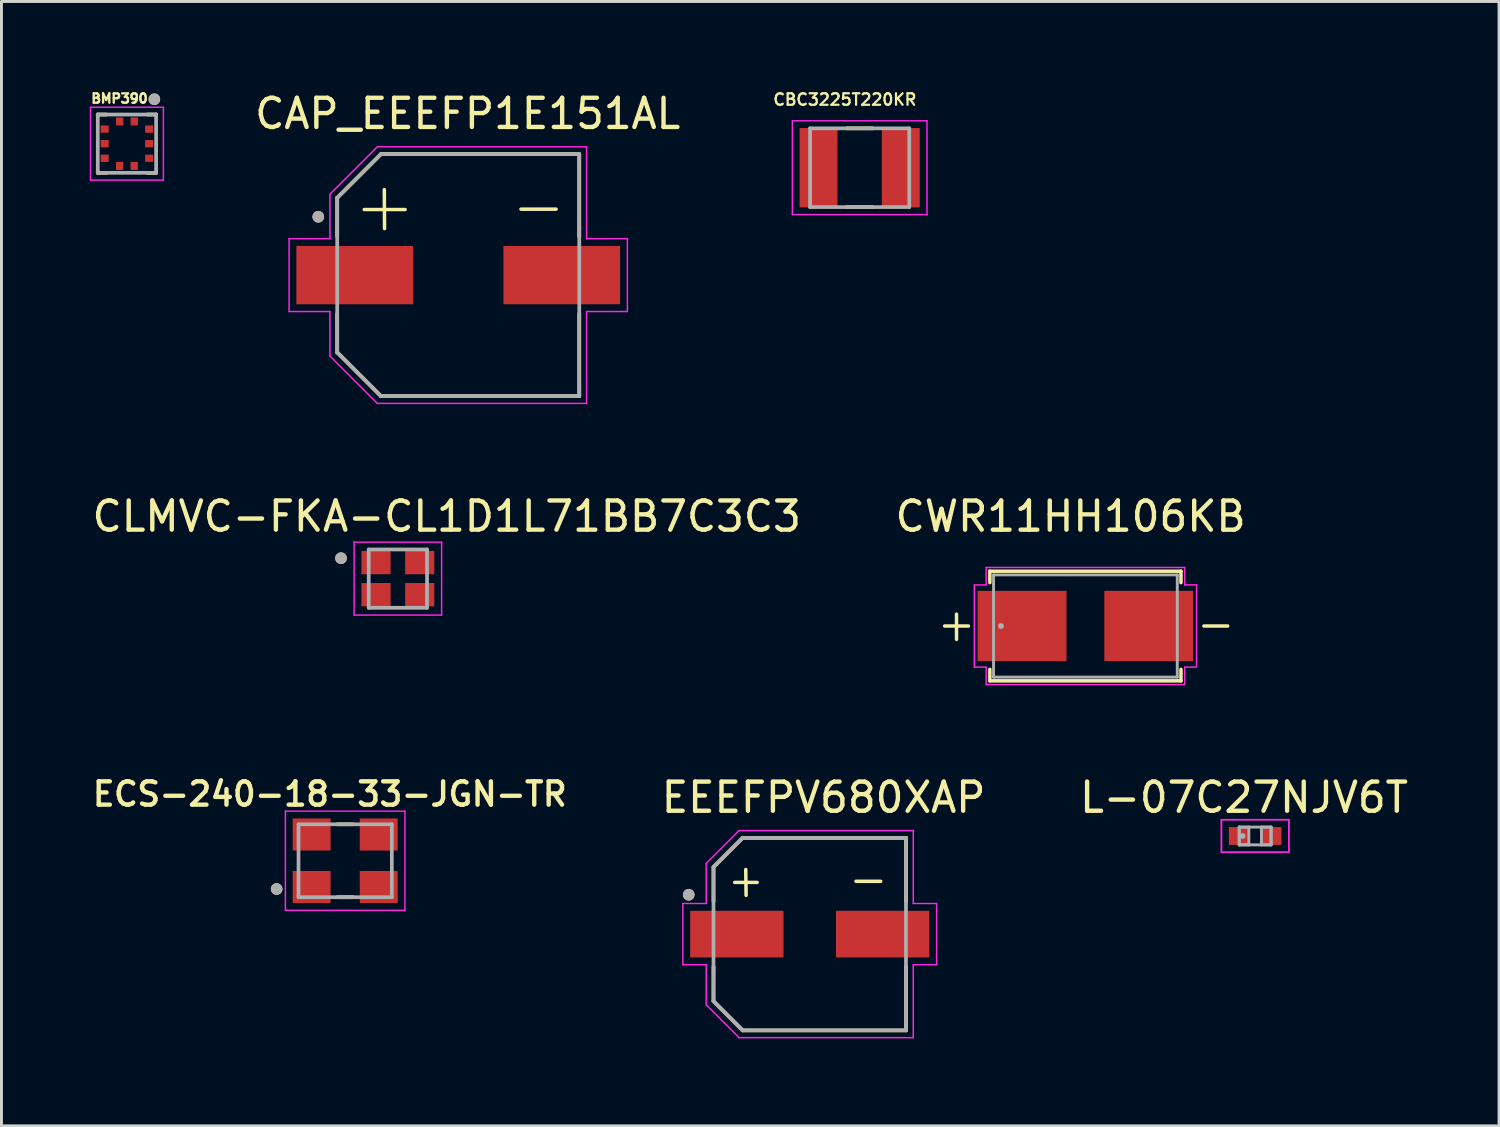
<source format=kicad_pcb>
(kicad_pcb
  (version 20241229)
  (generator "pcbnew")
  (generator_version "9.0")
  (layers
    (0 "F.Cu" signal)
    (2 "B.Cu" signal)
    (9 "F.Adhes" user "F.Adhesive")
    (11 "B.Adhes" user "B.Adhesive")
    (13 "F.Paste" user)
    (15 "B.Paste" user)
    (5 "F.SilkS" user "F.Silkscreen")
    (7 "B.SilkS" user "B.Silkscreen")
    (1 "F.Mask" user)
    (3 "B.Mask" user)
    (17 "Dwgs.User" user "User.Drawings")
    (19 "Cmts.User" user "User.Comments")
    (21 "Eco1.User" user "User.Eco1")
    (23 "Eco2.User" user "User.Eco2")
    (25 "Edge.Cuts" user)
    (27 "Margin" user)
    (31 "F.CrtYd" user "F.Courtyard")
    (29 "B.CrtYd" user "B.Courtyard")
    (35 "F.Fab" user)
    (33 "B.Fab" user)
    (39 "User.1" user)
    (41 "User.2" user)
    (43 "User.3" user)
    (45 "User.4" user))
  (footprint "CAP_EEEFP1E151AL"
    (layer "F.Cu")
    (at 12.663 6.383)
    (property "Reference" "CAP_EEEFP1E151AL" (at 0.325 -5.535 0) (layer "F.SilkS") (effects (font (size 1 1) (thickness 0.15))))
    (attr through_hole)
    (fp_line (start -4.15 -2.65) (end -4.15 -1.32) (stroke (width 0.127) (type solid)) (layer "F.SilkS"))
    (fp_line (start -4.15 1.32) (end -4.15 2.65) (stroke (width 0.127) (type solid)) (layer "F.SilkS"))
    (fp_line (start -4.15 2.65) (end -2.65 4.15) (stroke (width 0.127) (type solid)) (layer "F.SilkS"))
    (fp_line (start -3.223 -2.248) (end -1.821 -2.248) (stroke (width 0.12) (type solid)) (layer "F.SilkS"))
    (fp_line (start -2.65 -4.15) (end -4.15 -2.65) (stroke (width 0.127) (type solid)) (layer "F.SilkS"))
    (fp_line (start -2.65 4.15) (end 4.15 4.15) (stroke (width 0.127) (type solid)) (layer "F.SilkS"))
    (fp_line (start -2.535 -2.931) (end -2.527 -1.595) (stroke (width 0.12) (type solid)) (layer "F.SilkS"))
    (fp_line (start 2.151 -2.261) (end 3.355 -2.261) (stroke (width 0.12) (type solid)) (layer "F.SilkS"))
    (fp_line (start 4.15 -4.15) (end -2.65 -4.15) (stroke (width 0.127) (type solid)) (layer "F.SilkS"))
    (fp_line (start 4.15 -1.32) (end 4.15 -4.15) (stroke (width 0.127) (type solid)) (layer "F.SilkS"))
    (fp_line (start 4.15 4.15) (end 4.15 1.32) (stroke (width 0.127) (type solid)) (layer "F.SilkS"))
    (fp_circle (center -4.8 -2) (end -4.7 -2) (stroke (width 0.2) (type solid)) (fill no) (layer "F.SilkS"))
    (fp_line (start -5.8 -1.25) (end -4.4 -1.25) (stroke (width 0.05) (type solid)) (layer "F.CrtYd"))
    (fp_line (start -5.8 1.25) (end -5.8 -1.25) (stroke (width 0.05) (type solid)) (layer "F.CrtYd"))
    (fp_line (start -4.4 -2.775) (end -2.775 -4.4) (stroke (width 0.05) (type solid)) (layer "F.CrtYd"))
    (fp_line (start -4.4 -1.25) (end -4.4 -2.775) (stroke (width 0.05) (type solid)) (layer "F.CrtYd"))
    (fp_line (start -4.4 1.25) (end -5.8 1.25) (stroke (width 0.05) (type solid)) (layer "F.CrtYd"))
    (fp_line (start -4.4 2.775) (end -4.4 1.25) (stroke (width 0.05) (type solid)) (layer "F.CrtYd"))
    (fp_line (start -2.775 -4.4) (end 4.4 -4.4) (stroke (width 0.05) (type solid)) (layer "F.CrtYd"))
    (fp_line (start -2.775 4.4) (end -4.4 2.775) (stroke (width 0.05) (type solid)) (layer "F.CrtYd"))
    (fp_line (start 4.4 -4.4) (end 4.4 -1.25) (stroke (width 0.05) (type solid)) (layer "F.CrtYd"))
    (fp_line (start 4.4 -1.25) (end 5.8 -1.25) (stroke (width 0.05) (type solid)) (layer "F.CrtYd"))
    (fp_line (start 4.4 1.25) (end 4.4 4.4) (stroke (width 0.05) (type solid)) (layer "F.CrtYd"))
    (fp_line (start 4.4 4.4) (end -2.775 4.4) (stroke (width 0.05) (type solid)) (layer "F.CrtYd"))
    (fp_line (start 5.8 -1.25) (end 5.8 1.25) (stroke (width 0.05) (type solid)) (layer "F.CrtYd"))
    (fp_line (start 5.8 1.25) (end 4.4 1.25) (stroke (width 0.05) (type solid)) (layer "F.CrtYd"))
    (fp_line (start -4.15 -2.65) (end -4.15 2.65) (stroke (width 0.127) (type solid)) (layer "F.Fab"))
    (fp_line (start -4.15 2.65) (end -2.65 4.15) (stroke (width 0.127) (type solid)) (layer "F.Fab"))
    (fp_line (start -2.65 -4.15) (end -4.15 -2.65) (stroke (width 0.127) (type solid)) (layer "F.Fab"))
    (fp_line (start -2.65 4.15) (end 4.15 4.15) (stroke (width 0.127) (type solid)) (layer "F.Fab"))
    (fp_line (start 4.15 -4.15) (end -2.65 -4.15) (stroke (width 0.127) (type solid)) (layer "F.Fab"))
    (fp_line (start 4.15 4.15) (end 4.15 -4.15) (stroke (width 0.127) (type solid)) (layer "F.Fab"))
    (fp_circle (center -4.8 -2) (end -4.7 -2) (stroke (width 0.2) (type solid)) (fill no) (layer "F.Fab"))
    (pad "1" smd rect (at -3.55 0) (size 4 2) (layers "F.Cu" "F.Mask" "F.Paste"))
    (pad "2" smd rect (at 3.55 0) (size 4 2) (layers "F.Cu" "F.Mask" "F.Paste")))
  (footprint "CWR11HH106KB"
    (layer "F.Cu")
    (at 34.169 18.416)
    (property "Reference" "CWR11HH106KB" (at -0.508 -3.759 0) (layer "F.SilkS") (effects (font (size 1 1) (thickness 0.15))))
    (attr through_hole)
    (fp_line (start -4.826 0) (end -4.013 0) (stroke (width 0.12) (type solid)) (layer "F.SilkS"))
    (fp_line (start -4.42 -0.406) (end -4.42 0.457) (stroke (width 0.12) (type solid)) (layer "F.SilkS"))
    (fp_line (start -3.277 -1.88) (end -3.277 -1.488) (stroke (width 0.12) (type solid)) (layer "F.SilkS"))
    (fp_line (start -3.277 1.488) (end -3.277 1.88) (stroke (width 0.12) (type solid)) (layer "F.SilkS"))
    (fp_line (start -3.277 1.88) (end 3.277 1.88) (stroke (width 0.12) (type solid)) (layer "F.SilkS"))
    (fp_line (start 3.277 -1.88) (end -3.277 -1.88) (stroke (width 0.12) (type solid)) (layer "F.SilkS"))
    (fp_line (start 3.277 -1.488) (end 3.277 -1.88) (stroke (width 0.12) (type solid)) (layer "F.SilkS"))
    (fp_line (start 3.277 1.88) (end 3.277 1.488) (stroke (width 0.12) (type solid)) (layer "F.SilkS"))
    (fp_line (start 4.064 0) (end 4.877 0) (stroke (width 0.12) (type solid)) (layer "F.SilkS"))
    (fp_line (start -3.81 1.41) (end -3.81 -1.41) (stroke (width 0.05) (type solid)) (layer "F.CrtYd"))
    (fp_line (start -3.807 -1.407) (end -3.404 -1.41) (stroke (width 0.05) (type solid)) (layer "F.CrtYd"))
    (fp_line (start -3.404 -2.007) (end 3.404 -2.007) (stroke (width 0.05) (type solid)) (layer "F.CrtYd"))
    (fp_line (start -3.404 -1.41) (end -3.404 -2.007) (stroke (width 0.05) (type solid)) (layer "F.CrtYd"))
    (fp_line (start -3.404 1.41) (end -3.81 1.41) (stroke (width 0.05) (type solid)) (layer "F.CrtYd"))
    (fp_line (start -3.404 2.007) (end -3.404 1.41) (stroke (width 0.05) (type solid)) (layer "F.CrtYd"))
    (fp_line (start 3.404 -2.007) (end 3.404 -1.41) (stroke (width 0.05) (type solid)) (layer "F.CrtYd"))
    (fp_line (start 3.404 -1.41) (end 3.81 -1.41) (stroke (width 0.05) (type solid)) (layer "F.CrtYd"))
    (fp_line (start 3.404 1.41) (end 3.404 2.007) (stroke (width 0.05) (type solid)) (layer "F.CrtYd"))
    (fp_line (start 3.404 2.007) (end -3.404 2.007) (stroke (width 0.05) (type solid)) (layer "F.CrtYd"))
    (fp_line (start 3.81 -1.422) (end 3.81 1.372) (stroke (width 0.05) (type solid)) (layer "F.CrtYd"))
    (fp_line (start 3.81 1.41) (end 3.404 1.41) (stroke (width 0.05) (type solid)) (layer "F.CrtYd"))
    (fp_line (start -3.15 -1.753) (end -3.15 1.753) (stroke (width 0.1) (type solid)) (layer "F.Fab"))
    (fp_line (start -3.15 1.753) (end 3.15 1.753) (stroke (width 0.1) (type solid)) (layer "F.Fab"))
    (fp_line (start 3.15 -1.753) (end -3.15 -1.753) (stroke (width 0.1) (type solid)) (layer "F.Fab"))
    (fp_line (start 3.15 1.753) (end 3.15 -1.753) (stroke (width 0.1) (type solid)) (layer "F.Fab"))
    (fp_circle (center -2.896 0) (end -2.896 0) (stroke (width 0.1) (type solid)) (fill no) (layer "F.Fab"))
    (pad "1" smd rect (at -2.172 0 90) (size 2.413 3.048) (layers "F.Cu" "F.Mask" "F.Paste"))
    (pad "2" smd rect (at 2.172 0 90) (size 2.413 3.048) (layers "F.Cu" "F.Mask" "F.Paste")))
  (footprint "BMP390"
    (layer "F.Cu")
    (at 1.353 1.902)
    (property "Reference" "BMP390" (at -0.305 -1.575 0) (layer "F.SilkS") (effects (font (size 0.32 0.32) (thickness 0.15))))
    (attr through_hole)
    (fp_line (start -1.05 -1.025) (end -0.758 -1.025) (stroke (width 0.127) (type solid)) (layer "F.SilkS"))
    (fp_line (start -1.05 -0.983) (end -1.05 -1.025) (stroke (width 0.127) (type solid)) (layer "F.SilkS"))
    (fp_line (start -1.05 0.975) (end -1.05 0.932) (stroke (width 0.127) (type solid)) (layer "F.SilkS"))
    (fp_line (start -1.05 0.975) (end -0.758 0.975) (stroke (width 0.127) (type solid)) (layer "F.SilkS"))
    (fp_line (start 0.657 -1.025) (end 0.95 -1.025) (stroke (width 0.127) (type solid)) (layer "F.SilkS"))
    (fp_line (start 0.95 -1.025) (end 0.95 -0.983) (stroke (width 0.127) (type solid)) (layer "F.SilkS"))
    (fp_line (start 0.95 0.932) (end 0.95 0.975) (stroke (width 0.127) (type solid)) (layer "F.SilkS"))
    (fp_line (start 0.95 0.975) (end 0.657 0.975) (stroke (width 0.127) (type solid)) (layer "F.SilkS"))
    (fp_circle (center 0.889 -1.549) (end 0.889 -1.449) (stroke (width 0.2) (type solid)) (fill no) (layer "F.SilkS"))
    (fp_line (start -1.3 -1.275) (end -1.3 1.225) (stroke (width 0.05) (type solid)) (layer "F.CrtYd"))
    (fp_line (start -1.3 1.225) (end 1.2 1.225) (stroke (width 0.05) (type solid)) (layer "F.CrtYd"))
    (fp_line (start 1.2 -1.275) (end -1.3 -1.275) (stroke (width 0.05) (type solid)) (layer "F.CrtYd"))
    (fp_line (start 1.2 1.225) (end 1.2 -1.275) (stroke (width 0.05) (type solid)) (layer "F.CrtYd"))
    (fp_line (start -1.05 -1.025) (end 0.95 -1.025) (stroke (width 0.127) (type solid)) (layer "F.Fab"))
    (fp_line (start -1.05 0.975) (end -1.05 -1.025) (stroke (width 0.127) (type solid)) (layer "F.Fab"))
    (fp_line (start 0.95 -1.025) (end 0.95 0.975) (stroke (width 0.127) (type solid)) (layer "F.Fab"))
    (fp_line (start 0.95 0.975) (end -1.05 0.975) (stroke (width 0.127) (type solid)) (layer "F.Fab"))
    (fp_circle (center 0.889 -1.549) (end 0.889 -1.449) (stroke (width 0.2) (type solid)) (fill no) (layer "F.Fab"))
    (pad "1" smd rect (at 0.2 -0.788 270) (size 0.275 0.25) (layers "F.Cu" "F.Mask" "F.Paste"))
    (pad "2" smd rect (at -0.3 -0.788 270) (size 0.275 0.25) (layers "F.Cu" "F.Mask" "F.Paste"))
    (pad "3" smd rect (at -0.813 -0.525 270) (size 0.25 0.275) (layers "F.Cu" "F.Mask" "F.Paste"))
    (pad "4" smd rect (at -0.813 -0.025 270) (size 0.25 0.275) (layers "F.Cu" "F.Mask" "F.Paste"))
    (pad "5" smd rect (at -0.813 0.475 270) (size 0.25 0.275) (layers "F.Cu" "F.Mask" "F.Paste"))
    (pad "6" smd rect (at -0.3 0.737 270) (size 0.275 0.25) (layers "F.Cu" "F.Mask" "F.Paste"))
    (pad "7" smd rect (at 0.2 0.737 270) (size 0.275 0.25) (layers "F.Cu" "F.Mask" "F.Paste"))
    (pad "8" smd rect (at 0.712 0.475 270) (size 0.25 0.275) (layers "F.Cu" "F.Mask" "F.Paste"))
    (pad "9" smd rect (at 0.712 -0.025 270) (size 0.25 0.275) (layers "F.Cu" "F.Mask" "F.Paste"))
    (pad "10" smd rect (at 0.712 -0.525 270) (size 0.25 0.275) (layers "F.Cu" "F.Mask" "F.Paste")))
  (footprint "CLMVC-FKA-CL1D1L71BB7C3C3"
    (layer "F.Cu")
    (at 10.593 16.791)
    (property "Reference" "CLMVC-FKA-CL1D1L71BB7C3C3" (at 1.675 -2.135 0) (layer "F.SilkS") (effects (font (size 1 1) (thickness 0.15))))
    (attr through_hole)
    (fp_circle (center -1.95 -0.7) (end -1.85 -0.7) (stroke (width 0.2) (type solid)) (fill no) (layer "F.SilkS"))
    (fp_line (start -1.5 -1.25) (end -1.5 1.25) (stroke (width 0.05) (type solid)) (layer "F.CrtYd"))
    (fp_line (start -1.5 1.25) (end 1.5 1.25) (stroke (width 0.05) (type solid)) (layer "F.CrtYd"))
    (fp_line (start 1.5 -1.25) (end -1.5 -1.25) (stroke (width 0.05) (type solid)) (layer "F.CrtYd"))
    (fp_line (start 1.5 1.25) (end 1.5 -1.25) (stroke (width 0.05) (type solid)) (layer "F.CrtYd"))
    (fp_line (start -1 -1) (end -1 1) (stroke (width 0.127) (type solid)) (layer "F.Fab"))
    (fp_line (start -1 1) (end 1 1) (stroke (width 0.127) (type solid)) (layer "F.Fab"))
    (fp_line (start 1 -1) (end -1 -1) (stroke (width 0.127) (type solid)) (layer "F.Fab"))
    (fp_line (start 1 1) (end 1 -1) (stroke (width 0.127) (type solid)) (layer "F.Fab"))
    (fp_circle (center -1.95 -0.7) (end -1.85 -0.7) (stroke (width 0.2) (type solid)) (fill no) (layer "F.Fab"))
    (pad "1" smd rect (at -0.75 -0.55 270) (size 0.8 1) (layers "F.Cu" "F.Mask" "F.Paste"))
    (pad "2" smd rect (at 0.75 -0.55 270) (size 0.8 1) (layers "F.Cu" "F.Mask" "F.Paste"))
    (pad "3" smd rect (at 0.75 0.55 270) (size 0.8 1) (layers "F.Cu" "F.Mask" "F.Paste"))
    (pad "4" smd rect (at -0.75 0.55 270) (size 0.8 1) (layers "F.Cu" "F.Mask" "F.Paste")))
  (footprint "CBC3225T220KR"
    (layer "F.Cu")
    (at 26.428 2.701)
    (property "Reference" "CBC3225T220KR" (at -0.508 -2.337 0) (layer "F.SilkS") (effects (font (size 0.394 0.394) (thickness 0.076))))
    (attr through_hole)
    (fp_line (start -0.44 -1.35) (end 0.44 -1.35) (stroke (width 0.127) (type solid)) (layer "F.SilkS"))
    (fp_line (start -0.44 1.35) (end 0.44 1.35) (stroke (width 0.127) (type solid)) (layer "F.SilkS"))
    (fp_line (start -2.308 -1.608) (end 2.308 -1.608) (stroke (width 0.05) (type solid)) (layer "F.CrtYd"))
    (fp_line (start -2.308 1.608) (end -2.308 -1.608) (stroke (width 0.05) (type solid)) (layer "F.CrtYd"))
    (fp_line (start -2.308 1.608) (end 2.308 1.608) (stroke (width 0.05) (type solid)) (layer "F.CrtYd"))
    (fp_line (start 2.308 1.608) (end 2.308 -1.608) (stroke (width 0.05) (type solid)) (layer "F.CrtYd"))
    (fp_line (start -1.7 1.35) (end -1.7 -1.35) (stroke (width 0.127) (type solid)) (layer "F.Fab"))
    (fp_line (start 1.7 -1.35) (end -1.7 -1.35) (stroke (width 0.127) (type solid)) (layer "F.Fab"))
    (fp_line (start 1.7 1.35) (end -1.7 1.35) (stroke (width 0.127) (type solid)) (layer "F.Fab"))
    (fp_line (start 1.7 1.35) (end 1.7 -1.35) (stroke (width 0.127) (type solid)) (layer "F.Fab"))
    (pad "1" smd rect (at -1.41 0) (size 1.3 2.72) (layers "F.Cu" "F.Mask" "F.Paste"))
    (pad "2" smd rect (at 1.41 0) (size 1.3 2.72) (layers "F.Cu" "F.Mask" "F.Paste")))
  (footprint "L-07C27NJV6T"
    (layer "F.Cu")
    (at 39.989 25.616)
    (property "Reference" "L-07C27NJV6T" (at -0.381 -1.321 0) (layer "F.SilkS") (effects (font (size 1 1) (thickness 0.15))))
    (attr through_hole)
    (fp_line (start -1.156 -0.559) (end 1.156 -0.559) (stroke (width 0.05) (type solid)) (layer "F.CrtYd"))
    (fp_line (start -1.156 -0.559) (end 1.156 -0.559) (stroke (width 0.05) (type solid)) (layer "F.CrtYd"))
    (fp_line (start -1.156 0.559) (end -1.156 -0.559) (stroke (width 0.05) (type solid)) (layer "F.CrtYd"))
    (fp_line (start -1.156 0.559) (end -1.156 -0.559) (stroke (width 0.05) (type solid)) (layer "F.CrtYd"))
    (fp_line (start 1.156 -0.559) (end 1.156 0.559) (stroke (width 0.05) (type solid)) (layer "F.CrtYd"))
    (fp_line (start 1.156 -0.559) (end 1.156 0.559) (stroke (width 0.05) (type solid)) (layer "F.CrtYd"))
    (fp_line (start 1.156 0.559) (end -1.156 0.559) (stroke (width 0.05) (type solid)) (layer "F.CrtYd"))
    (fp_line (start 1.156 0.559) (end -1.156 0.559) (stroke (width 0.05) (type solid)) (layer "F.CrtYd"))
    (fp_line (start -0.546 -0.305) (end -0.546 0.305) (stroke (width 0.1) (type solid)) (layer "F.Fab"))
    (fp_line (start -0.546 -0.305) (end -0.546 0.305) (stroke (width 0.1) (type solid)) (layer "F.Fab"))
    (fp_line (start -0.546 0.305) (end -0.216 0.305) (stroke (width 0.1) (type solid)) (layer "F.Fab"))
    (fp_line (start -0.546 0.305) (end 0.546 0.305) (stroke (width 0.1) (type solid)) (layer "F.Fab"))
    (fp_line (start -0.216 -0.305) (end -0.546 -0.305) (stroke (width 0.1) (type solid)) (layer "F.Fab"))
    (fp_line (start -0.216 0.305) (end -0.216 -0.305) (stroke (width 0.1) (type solid)) (layer "F.Fab"))
    (fp_line (start 0.216 -0.305) (end 0.216 0.305) (stroke (width 0.1) (type solid)) (layer "F.Fab"))
    (fp_line (start 0.216 0.305) (end 0.546 0.305) (stroke (width 0.1) (type solid)) (layer "F.Fab"))
    (fp_line (start 0.546 -0.305) (end -0.546 -0.305) (stroke (width 0.1) (type solid)) (layer "F.Fab"))
    (fp_line (start 0.546 -0.305) (end 0.216 -0.305) (stroke (width 0.1) (type solid)) (layer "F.Fab"))
    (fp_line (start 0.546 0.305) (end 0.546 -0.305) (stroke (width 0.1) (type solid)) (layer "F.Fab"))
    (fp_line (start 0.546 0.305) (end 0.546 -0.305) (stroke (width 0.1) (type solid)) (layer "F.Fab"))
    (fp_circle (center -0.432 0) (end -0.432 0) (stroke (width 0.1) (type solid)) (fill no) (layer "F.Fab"))
    (pad "1" smd rect (at -0.559 0) (size 0.686 0.61) (layers "F.Cu" "F.Mask" "F.Paste"))
    (pad "2" smd rect (at 0.559 0) (size 0.686 0.61) (layers "F.Cu" "F.Mask" "F.Paste")))
  (footprint "EEEFPV680XAP"
    (layer "F.Cu")
    (at 24.716 28.981)
    (property "Reference" "EEEFPV680XAP" (at 0.475 -4.685 0) (layer "F.SilkS") (effects (font (size 1 1) (thickness 0.15))))
    (attr through_hole)
    (fp_line (start -3.3 -2.3) (end -3.3 -1.12) (stroke (width 0.127) (type solid)) (layer "F.SilkS"))
    (fp_line (start -3.3 1.12) (end -3.3 2.3) (stroke (width 0.127) (type solid)) (layer "F.SilkS"))
    (fp_line (start -3.3 2.3) (end -2.3 3.3) (stroke (width 0.127) (type solid)) (layer "F.SilkS"))
    (fp_line (start -2.573 -1.773) (end -1.803 -1.773) (stroke (width 0.12) (type solid)) (layer "F.SilkS"))
    (fp_line (start -2.3 -3.3) (end -3.3 -2.3) (stroke (width 0.127) (type solid)) (layer "F.SilkS"))
    (fp_line (start -2.3 3.3) (end 3.3 3.3) (stroke (width 0.127) (type solid)) (layer "F.SilkS"))
    (fp_line (start -2.195 -2.215) (end -2.182 -1.331) (stroke (width 0.12) (type solid)) (layer "F.SilkS"))
    (fp_line (start 1.587 -1.811) (end 2.433 -1.811) (stroke (width 0.12) (type solid)) (layer "F.SilkS"))
    (fp_line (start 3.3 -3.3) (end -2.3 -3.3) (stroke (width 0.127) (type solid)) (layer "F.SilkS"))
    (fp_line (start 3.3 -1.12) (end 3.3 -3.3) (stroke (width 0.127) (type solid)) (layer "F.SilkS"))
    (fp_line (start 3.3 3.3) (end 3.3 1.12) (stroke (width 0.127) (type solid)) (layer "F.SilkS"))
    (fp_circle (center -4.15 -1.35) (end -4.05 -1.35) (stroke (width 0.2) (type solid)) (fill no) (layer "F.SilkS"))
    (fp_line (start -4.35 -1.05) (end -3.55 -1.05) (stroke (width 0.05) (type solid)) (layer "F.CrtYd"))
    (fp_line (start -4.35 1.05) (end -4.35 -1.05) (stroke (width 0.05) (type solid)) (layer "F.CrtYd"))
    (fp_line (start -3.55 -2.425) (end -2.425 -3.55) (stroke (width 0.05) (type solid)) (layer "F.CrtYd"))
    (fp_line (start -3.55 -1.05) (end -3.55 -2.425) (stroke (width 0.05) (type solid)) (layer "F.CrtYd"))
    (fp_line (start -3.55 1.05) (end -4.35 1.05) (stroke (width 0.05) (type solid)) (layer "F.CrtYd"))
    (fp_line (start -3.55 2.425) (end -3.55 1.05) (stroke (width 0.05) (type solid)) (layer "F.CrtYd"))
    (fp_line (start -2.425 -3.55) (end 3.55 -3.55) (stroke (width 0.05) (type solid)) (layer "F.CrtYd"))
    (fp_line (start -2.425 3.55) (end -3.55 2.425) (stroke (width 0.05) (type solid)) (layer "F.CrtYd"))
    (fp_line (start 3.55 -3.55) (end 3.55 -1.05) (stroke (width 0.05) (type solid)) (layer "F.CrtYd"))
    (fp_line (start 3.55 -1.05) (end 4.35 -1.05) (stroke (width 0.05) (type solid)) (layer "F.CrtYd"))
    (fp_line (start 3.55 1.05) (end 3.55 3.55) (stroke (width 0.05) (type solid)) (layer "F.CrtYd"))
    (fp_line (start 3.55 3.55) (end -2.425 3.55) (stroke (width 0.05) (type solid)) (layer "F.CrtYd"))
    (fp_line (start 4.35 -1.05) (end 4.35 1.05) (stroke (width 0.05) (type solid)) (layer "F.CrtYd"))
    (fp_line (start 4.35 1.05) (end 3.55 1.05) (stroke (width 0.05) (type solid)) (layer "F.CrtYd"))
    (fp_line (start -3.3 -2.3) (end -3.3 2.3) (stroke (width 0.127) (type solid)) (layer "F.Fab"))
    (fp_line (start -3.3 2.3) (end -2.3 3.3) (stroke (width 0.127) (type solid)) (layer "F.Fab"))
    (fp_line (start -2.3 -3.3) (end -3.3 -2.3) (stroke (width 0.127) (type solid)) (layer "F.Fab"))
    (fp_line (start -2.3 3.3) (end 3.3 3.3) (stroke (width 0.127) (type solid)) (layer "F.Fab"))
    (fp_line (start 3.3 -3.3) (end -2.3 -3.3) (stroke (width 0.127) (type solid)) (layer "F.Fab"))
    (fp_line (start 3.3 3.3) (end 3.3 -3.3) (stroke (width 0.127) (type solid)) (layer "F.Fab"))
    (fp_circle (center -4.15 -1.35) (end -4.05 -1.35) (stroke (width 0.2) (type solid)) (fill no) (layer "F.Fab"))
    (pad "1" smd rect (at -2.5 0) (size 3.2 1.6) (layers "F.Cu" "F.Mask" "F.Paste"))
    (pad "2" smd rect (at 2.5 0) (size 3.2 1.6) (layers "F.Cu" "F.Mask" "F.Paste")))
  (footprint "ECS-240-18-33-JGN-TR"
    (layer "F.Cu")
    (at 8.786 26.465)
    (property "Reference" "ECS-240-18-33-JGN-TR" (at -0.527 -2.286 0) (layer "F.SilkS") (effects (font (size 0.8 0.8) (thickness 0.15))))
    (attr through_hole)
    (fp_line (start -0.27 1.25) (end 0.27 1.25) (stroke (width 0.127) (type solid)) (layer "F.SilkS"))
    (fp_line (start 0.27 -1.25) (end -0.27 -1.25) (stroke (width 0.127) (type solid)) (layer "F.SilkS"))
    (fp_circle (center -2.35 0.97) (end -2.25 0.97) (stroke (width 0.2) (type solid)) (fill no) (layer "F.SilkS"))
    (fp_line (start -2.05 -1.7) (end -2.05 1.7) (stroke (width 0.05) (type solid)) (layer "F.CrtYd"))
    (fp_line (start -2.05 1.7) (end 2.05 1.7) (stroke (width 0.05) (type solid)) (layer "F.CrtYd"))
    (fp_line (start 2.05 -1.7) (end -2.05 -1.7) (stroke (width 0.05) (type solid)) (layer "F.CrtYd"))
    (fp_line (start 2.05 1.7) (end 2.05 -1.7) (stroke (width 0.05) (type solid)) (layer "F.CrtYd"))
    (fp_line (start -1.6 -1.25) (end -1.6 1.25) (stroke (width 0.127) (type solid)) (layer "F.Fab"))
    (fp_line (start -1.6 1.25) (end 1.6 1.25) (stroke (width 0.127) (type solid)) (layer "F.Fab"))
    (fp_line (start 1.6 -1.25) (end -1.6 -1.25) (stroke (width 0.127) (type solid)) (layer "F.Fab"))
    (fp_line (start 1.6 1.25) (end 1.6 -1.25) (stroke (width 0.127) (type solid)) (layer "F.Fab"))
    (fp_circle (center -2.35 0.97) (end -2.25 0.97) (stroke (width 0.2) (type solid)) (fill no) (layer "F.Fab"))
    (pad "1" smd rect (at -1.15 0.9) (size 1.3 1.1) (layers "F.Cu" "F.Mask" "F.Paste"))
    (pad "2" smd rect (at 1.15 0.9) (size 1.3 1.1) (layers "F.Cu" "F.Mask" "F.Paste"))
    (pad "3" smd rect (at 1.15 -0.9) (size 1.3 1.1) (layers "F.Cu" "F.Mask" "F.Paste"))
    (pad "4" smd rect (at -1.15 -0.9) (size 1.3 1.1) (layers "F.Cu" "F.Mask" "F.Paste")))
  (gr_rect
    (start -3 -3)
    (end 48.352 35.556)
    (stroke (width 0.1) (type default))
    (fill no)
    (layer "Edge.Cuts")))
</source>
